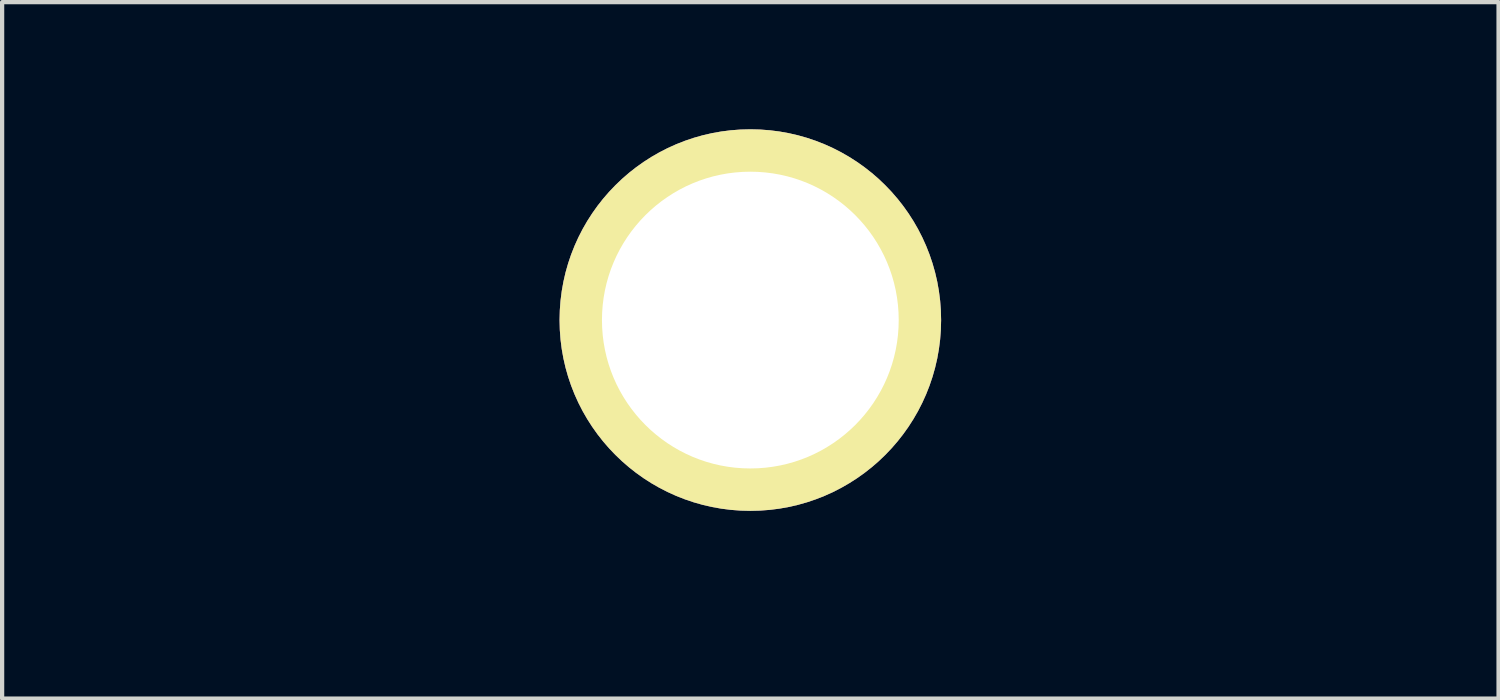
<source format=kicad_pcb>
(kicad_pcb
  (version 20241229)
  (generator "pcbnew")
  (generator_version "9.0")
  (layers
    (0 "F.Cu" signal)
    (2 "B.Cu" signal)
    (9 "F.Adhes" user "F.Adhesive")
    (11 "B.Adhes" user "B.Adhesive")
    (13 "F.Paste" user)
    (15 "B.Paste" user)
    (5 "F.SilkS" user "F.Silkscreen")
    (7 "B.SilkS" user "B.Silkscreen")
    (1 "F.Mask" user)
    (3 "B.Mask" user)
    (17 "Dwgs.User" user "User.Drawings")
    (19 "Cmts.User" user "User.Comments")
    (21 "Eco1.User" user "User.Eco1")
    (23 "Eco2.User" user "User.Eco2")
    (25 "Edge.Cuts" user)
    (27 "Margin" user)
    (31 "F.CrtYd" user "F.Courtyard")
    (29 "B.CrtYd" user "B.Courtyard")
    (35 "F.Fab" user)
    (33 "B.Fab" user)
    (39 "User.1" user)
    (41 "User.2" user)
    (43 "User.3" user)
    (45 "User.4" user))
  (footprint "Barrel_Connector_THT_D9mm_Drill7mm"
    (layer "F.Cu")
    (at 14.649 4.5)
    (property "Reference" "Barrel_Connector_THT_D9mm_Drill7mm" (at 0 5.08 0) (layer "Eco1.User") (effects (font (size 1 1) (thickness 0.15))))
    (attr through_hole)
    (pad "1" thru_hole circle (at 0 0) (size 9 9) (drill 7) (layers "*.Cu" "*.Mask" "F.SilkS")))
  (gr_rect
    (start -3 -3)
    (end 32.298 13.428)
    (stroke (width 0.1) (type default))
    (fill no)
    (layer "Edge.Cuts")))
</source>
